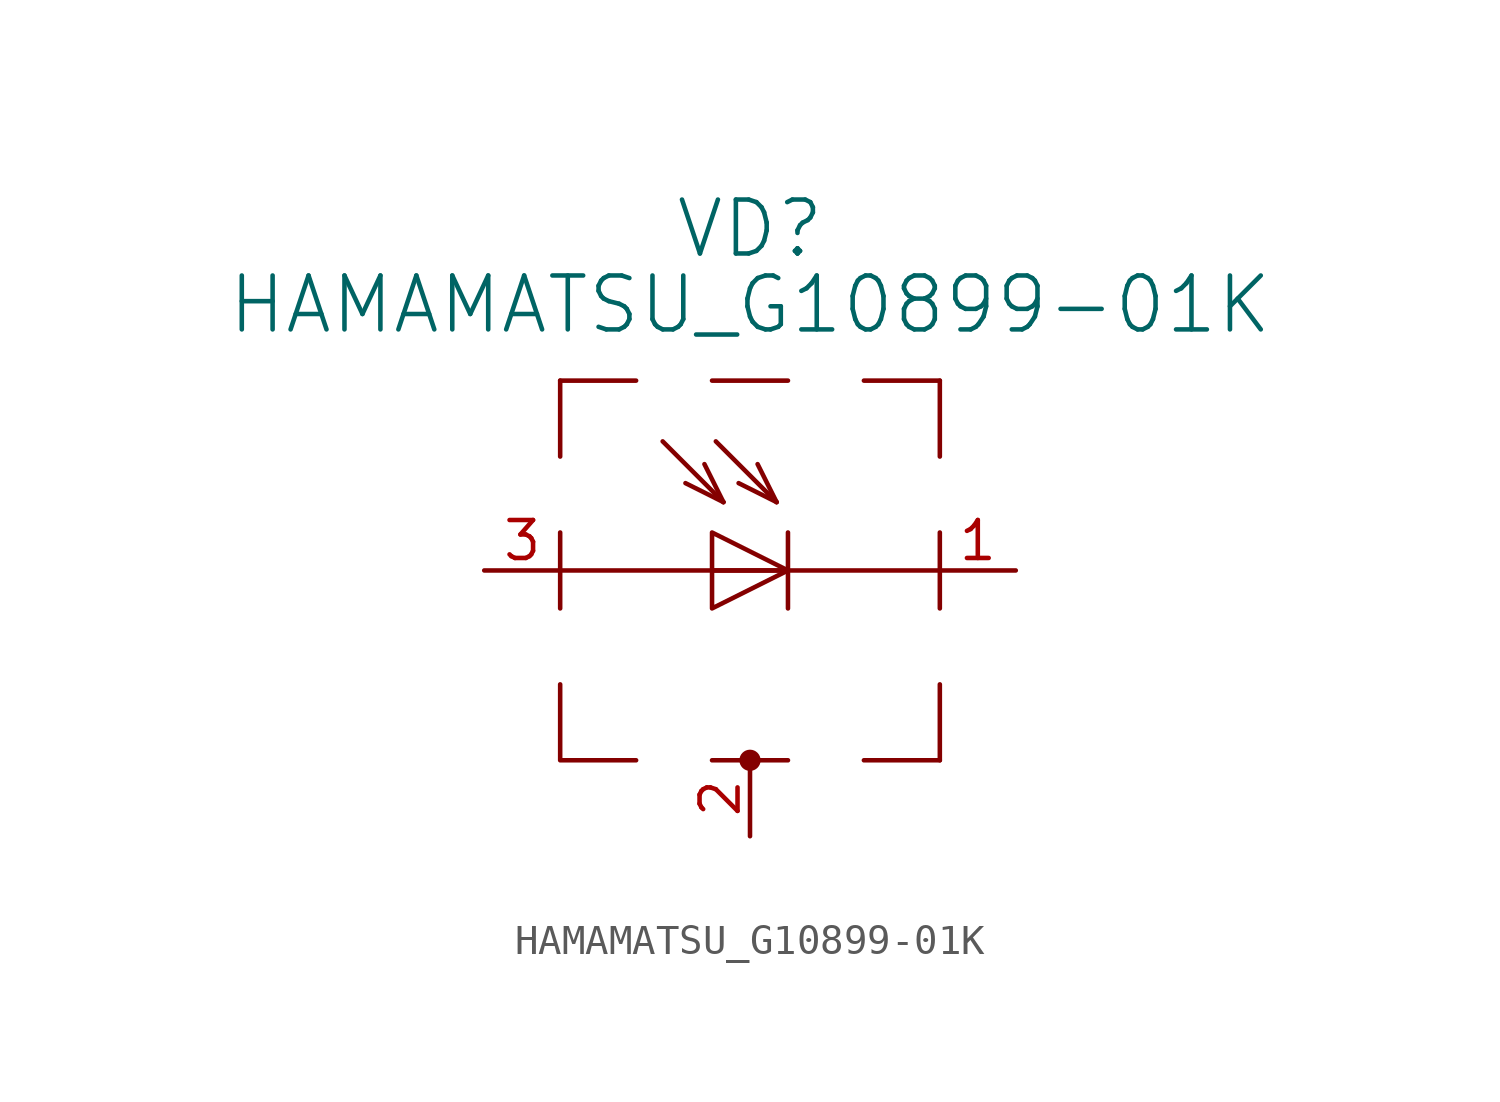
<source format=kicad_sym>
(kicad_symbol_lib
  (version 20211014)
  (generator kicad_symbol_editor)
  (symbol "HAMAMATSU_G10899-01K"
    (pin_names
      (offset 1.016))
    (property "Reference" "VD"
      (at 8.89 11.43 0)
      (effects (font (size 1.803 1.803))))
    (property "Value" "HAMAMATSU_G10899-01K"
      (at 8.89 8.89 0)
      (effects (font (size 1.803 1.803))))
    (property "Footprint" ""
      (at 0 0 0)
      (effects (font (size 1.524 1.524))))
    (property "Datasheet" ""
      (at 0 0 0)
      (effects (font (size 1.524 1.524))))
    (symbol "HAMAMATSU_G10899-01K_0_1"
      (polyline (pts (xy 2.54 0) (xy 15.24 0)) (stroke (width 0) (type default) (color 0 0 0 0)) (fill (type none)))
      (polyline (pts (xy 2.54 1.27) (xy 2.54 -1.27)) (stroke (width 0) (type default) (color 0 0 0 0)) (fill (type none)))
      (polyline (pts (xy 2.54 6.35) (xy 2.54 3.81)) (stroke (width 0) (type default) (color 0 0 0 0)) (fill (type none)))
      (polyline (pts (xy 2.54 6.35) (xy 5.08 6.35)) (stroke (width 0) (type default) (color 0 0 0 0)) (fill (type none)))
      (polyline (pts (xy 7.62 -6.35) (xy 10.16 -6.35)) (stroke (width 0) (type default) (color 0 0 0 0)) (fill (type none)))
      (polyline (pts (xy 7.62 6.35) (xy 10.16 6.35)) (stroke (width 0) (type default) (color 0 0 0 0)) (fill (type none)))
      (polyline (pts (xy 8.001 2.286) (xy 5.969 4.318)) (stroke (width 0) (type default) (color 0 0 0 0)) (fill (type none)))
      (polyline (pts (xy 8.001 2.286) (xy 6.731 2.921)) (stroke (width 0) (type default) (color 0 0 0 0)) (fill (type none)))
      (polyline (pts (xy 8.001 2.286) (xy 7.366 3.556)) (stroke (width 0) (type default) (color 0 0 0 0)) (fill (type none)))
      (polyline (pts (xy 9.779 2.286) (xy 7.747 4.318)) (stroke (width 0) (type default) (color 0 0 0 0)) (fill (type none)))
      (polyline (pts (xy 9.779 2.286) (xy 8.509 2.921)) (stroke (width 0) (type default) (color 0 0 0 0)) (fill (type none)))
      (polyline (pts (xy 9.779 2.286) (xy 9.144 3.556)) (stroke (width 0) (type default) (color 0 0 0 0)) (fill (type none)))
      (polyline (pts (xy 10.16 -1.27) (xy 10.16 1.27)) (stroke (width 0) (type default) (color 0 0 0 0)) (fill (type none)))
      (polyline (pts (xy 12.7 -6.35) (xy 15.24 -6.35)) (stroke (width 0) (type default) (color 0 0 0 0)) (fill (type none)))
      (polyline (pts (xy 15.24 -6.35) (xy 15.24 -3.81)) (stroke (width 0) (type default) (color 0 0 0 0)) (fill (type none)))
      (polyline (pts (xy 15.24 1.27) (xy 15.24 -1.27)) (stroke (width 0) (type default) (color 0 0 0 0)) (fill (type none)))
      (polyline (pts (xy 15.24 6.35) (xy 12.7 6.35)) (stroke (width 0) (type default) (color 0 0 0 0)) (fill (type none)))
      (polyline (pts (xy 15.24 6.35) (xy 15.24 3.81)) (stroke (width 0) (type default) (color 0 0 0 0)) (fill (type none)))
      (polyline (pts (xy 2.54 -3.81) (xy 2.54 -6.35) (xy 5.08 -6.35)) (stroke (width 0) (type default) (color 0 0 0 0)) (fill (type none)))
      (polyline (pts (xy 7.62 0) (xy 10.16 0) (xy 10.16 0)) (stroke (width 0) (type default) (color 0 0 0 0)) (fill (type none)))
      (polyline (pts (xy 7.62 -1.27) (xy 7.62 1.27) (xy 10.16 0) (xy 7.62 -1.27)) (stroke (width 0) (type default) (color 0 0 0 0)) (fill (type none)))
      (circle (center 8.89 -6.35) (radius 0.279) (stroke (width 0) (type default) (color 0 0 0 0)) (fill (type outline))))
    (symbol "HAMAMATSU_G10899-01K_1_1"
      (pin passive line (at 17.78 0 180) (length 2.54) (name "~" (effects (font (size 1.27 1.27)))) (number "1" (effects (font (size 1.27 1.27)))))
      (pin passive line (at 8.89 -8.89 90) (length 2.54) (name "~" (effects (font (size 1.27 1.27)))) (number "2" (effects (font (size 1.27 1.27)))))
      (pin passive line (at 0 0 0) (length 2.54) (name "~" (effects (font (size 1.27 1.27)))) (number "3" (effects (font (size 1.27 1.27))))))))
</source>
